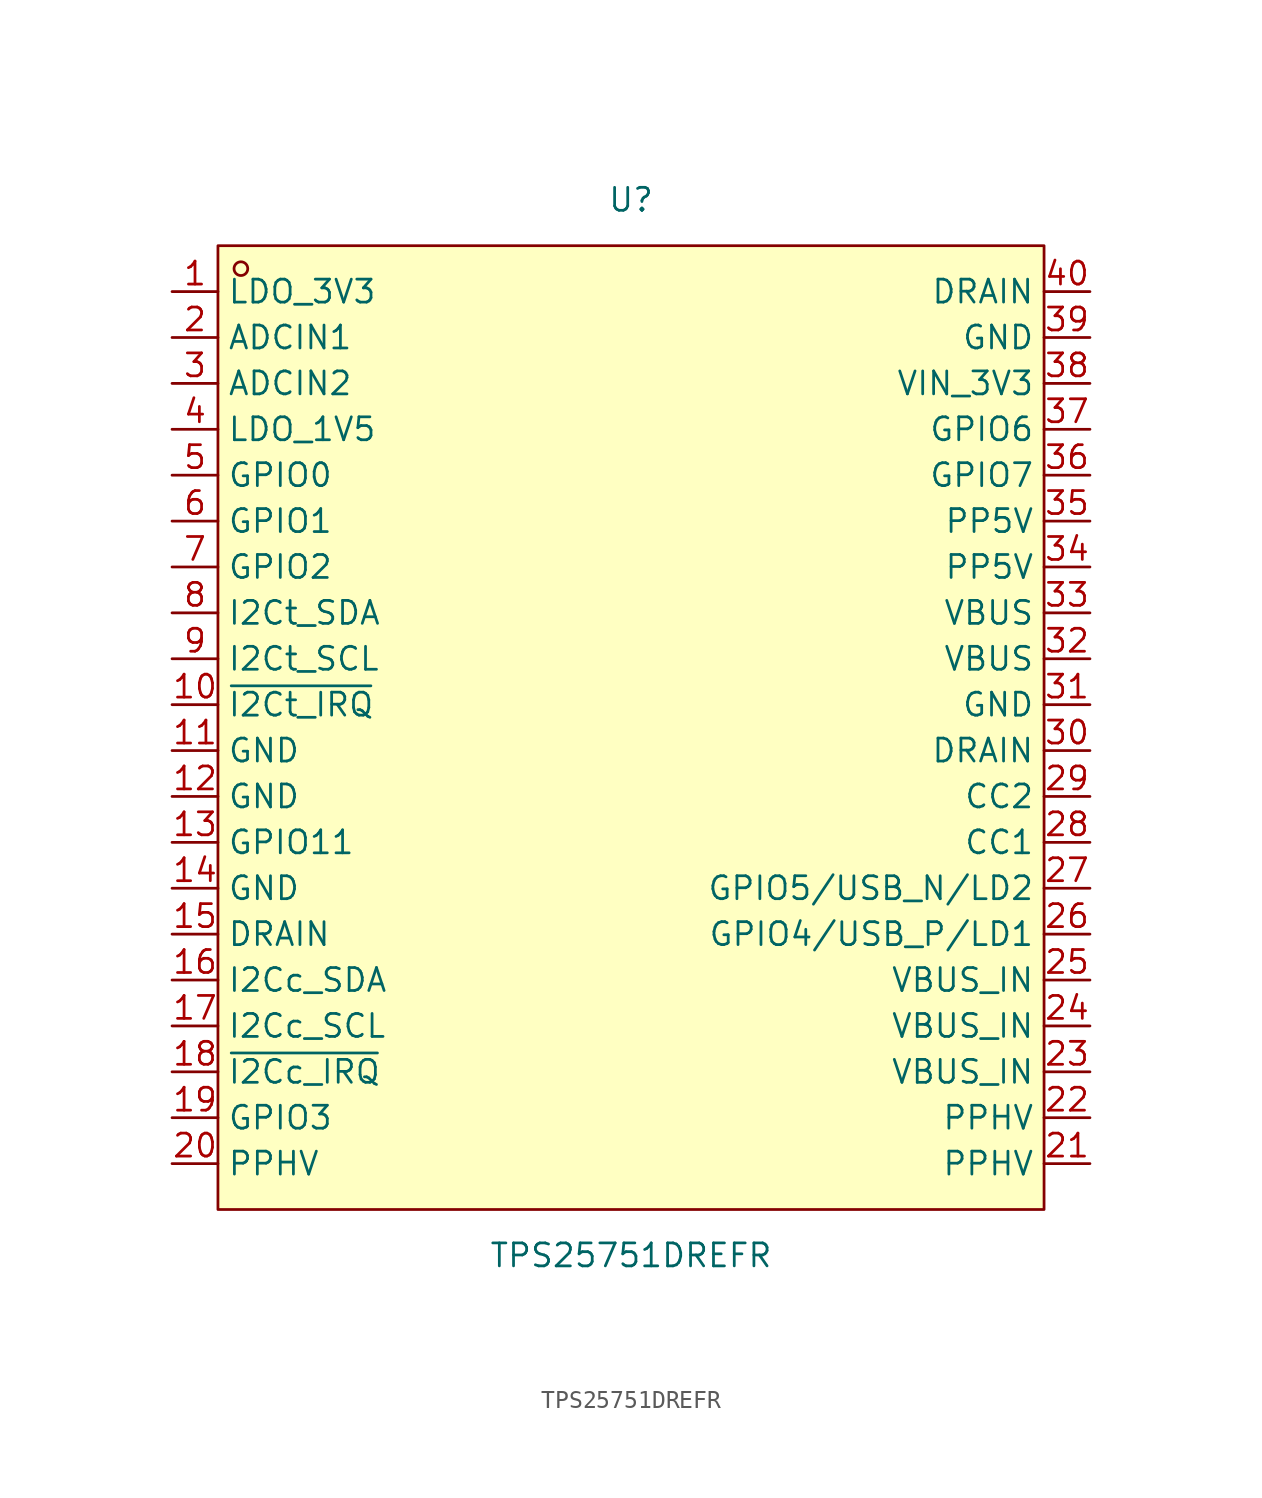
<source format=kicad_sym>
(kicad_symbol_lib
  (version 20241209)
  (generator "kicad_symbol_editor")
  (generator_version "9.0")
  (symbol "TPS25751DREFR"
    (property "Reference" "U"
      (at 0 29.21 0)
      (effects (font (size 1.27 1.27))))
    (property "Value" "TPS25751DREFR"
      (at 0 -29.21 0)
      (effects (font (size 1.27 1.27))))
    (symbol "TPS25751DREFR_0_1"
      (rectangle (start -22.86 26.67) (end 22.86 -26.67) (stroke (width 0) (type default)) (fill (type background)))
      (circle (center -21.59 25.4) (radius 0.38) (stroke (width 0) (type default)) (fill (type none)))
      (pin unspecified line (at -25.4 24.13 0) (length 2.54) (name "LDO_3V3" (effects (font (size 1.27 1.27)))) (number "1" (effects (font (size 1.27 1.27)))))
      (pin unspecified line (at -25.4 21.59 0) (length 2.54) (name "ADCIN1" (effects (font (size 1.27 1.27)))) (number "2" (effects (font (size 1.27 1.27)))))
      (pin unspecified line (at -25.4 19.05 0) (length 2.54) (name "ADCIN2" (effects (font (size 1.27 1.27)))) (number "3" (effects (font (size 1.27 1.27)))))
      (pin unspecified line (at -25.4 16.51 0) (length 2.54) (name "LDO_1V5" (effects (font (size 1.27 1.27)))) (number "4" (effects (font (size 1.27 1.27)))))
      (pin unspecified line (at -25.4 13.97 0) (length 2.54) (name "GPIO0" (effects (font (size 1.27 1.27)))) (number "5" (effects (font (size 1.27 1.27)))))
      (pin unspecified line (at -25.4 11.43 0) (length 2.54) (name "GPIO1" (effects (font (size 1.27 1.27)))) (number "6" (effects (font (size 1.27 1.27)))))
      (pin unspecified line (at -25.4 8.89 0) (length 2.54) (name "GPIO2" (effects (font (size 1.27 1.27)))) (number "7" (effects (font (size 1.27 1.27)))))
      (pin unspecified line (at -25.4 6.35 0) (length 2.54) (name "I2Ct_SDA" (effects (font (size 1.27 1.27)))) (number "8" (effects (font (size 1.27 1.27)))))
      (pin unspecified line (at -25.4 3.81 0) (length 2.54) (name "I2Ct_SCL" (effects (font (size 1.27 1.27)))) (number "9" (effects (font (size 1.27 1.27)))))
      (pin unspecified line (at -25.4 1.27 0) (length 2.54) (name "~{I2Ct_IRQ}" (effects (font (size 1.27 1.27)))) (number "10" (effects (font (size 1.27 1.27)))))
      (pin unspecified line (at -25.4 -1.27 0) (length 2.54) (name "GND" (effects (font (size 1.27 1.27)))) (number "11" (effects (font (size 1.27 1.27)))))
      (pin unspecified line (at -25.4 -3.81 0) (length 2.54) (name "GND" (effects (font (size 1.27 1.27)))) (number "12" (effects (font (size 1.27 1.27)))))
      (pin unspecified line (at -25.4 -6.35 0) (length 2.54) (name "GPIO11" (effects (font (size 1.27 1.27)))) (number "13" (effects (font (size 1.27 1.27)))))
      (pin unspecified line (at -25.4 -8.89 0) (length 2.54) (name "GND" (effects (font (size 1.27 1.27)))) (number "14" (effects (font (size 1.27 1.27)))))
      (pin unspecified line (at -25.4 -11.43 0) (length 2.54) (name "DRAIN" (effects (font (size 1.27 1.27)))) (number "15" (effects (font (size 1.27 1.27)))))
      (pin unspecified line (at -25.4 -13.97 0) (length 2.54) (name "I2Cc_SDA" (effects (font (size 1.27 1.27)))) (number "16" (effects (font (size 1.27 1.27)))))
      (pin unspecified line (at -25.4 -16.51 0) (length 2.54) (name "I2Cc_SCL" (effects (font (size 1.27 1.27)))) (number "17" (effects (font (size 1.27 1.27)))))
      (pin unspecified line (at -25.4 -19.05 0) (length 2.54) (name "~{I2Cc_IRQ}" (effects (font (size 1.27 1.27)))) (number "18" (effects (font (size 1.27 1.27)))))
      (pin unspecified line (at -25.4 -21.59 0) (length 2.54) (name "GPIO3" (effects (font (size 1.27 1.27)))) (number "19" (effects (font (size 1.27 1.27)))))
      (pin unspecified line (at 25.4 24.13 180) (length 2.54) (name "DRAIN" (effects (font (size 1.27 1.27)))) (number "40" (effects (font (size 1.27 1.27)))))
      (pin unspecified line (at 25.4 21.59 180) (length 2.54) (name "GND" (effects (font (size 1.27 1.27)))) (number "39" (effects (font (size 1.27 1.27)))))
      (pin unspecified line (at 25.4 19.05 180) (length 2.54) (name "VIN_3V3" (effects (font (size 1.27 1.27)))) (number "38" (effects (font (size 1.27 1.27)))))
      (pin unspecified line (at 25.4 16.51 180) (length 2.54) (name "GPIO6" (effects (font (size 1.27 1.27)))) (number "37" (effects (font (size 1.27 1.27)))))
      (pin unspecified line (at 25.4 13.97 180) (length 2.54) (name "GPIO7" (effects (font (size 1.27 1.27)))) (number "36" (effects (font (size 1.27 1.27)))))
      (pin unspecified line (at 25.4 8.89 180) (length 2.54) (name "PP5V" (effects (font (size 1.27 1.27)))) (number "34" (effects (font (size 1.27 1.27)))))
      (pin unspecified line (at 25.4 3.81 180) (length 2.54) (name "VBUS" (effects (font (size 1.27 1.27)))) (number "32" (effects (font (size 1.27 1.27)))))
      (pin unspecified line (at 25.4 1.27 180) (length 2.54) (name "GND" (effects (font (size 1.27 1.27)))) (number "31" (effects (font (size 1.27 1.27)))))
      (pin unspecified line (at 25.4 -1.27 180) (length 2.54) (name "DRAIN" (effects (font (size 1.27 1.27)))) (number "30" (effects (font (size 1.27 1.27)))))
      (pin unspecified line (at 25.4 -3.81 180) (length 2.54) (name "CC2" (effects (font (size 1.27 1.27)))) (number "29" (effects (font (size 1.27 1.27)))))
      (pin unspecified line (at 25.4 -6.35 180) (length 2.54) (name "CC1" (effects (font (size 1.27 1.27)))) (number "28" (effects (font (size 1.27 1.27)))))
      (pin unspecified line (at 25.4 -8.89 180) (length 2.54) (name "GPIO5/USB_N/LD2" (effects (font (size 1.27 1.27)))) (number "27" (effects (font (size 1.27 1.27)))))
      (pin unspecified line (at 25.4 -11.43 180) (length 2.54) (name "GPIO4/USB_P/LD1" (effects (font (size 1.27 1.27)))) (number "26" (effects (font (size 1.27 1.27)))))
      (pin unspecified line (at 25.4 -24.13 180) (length 2.54) (name "PPHV" (effects (font (size 1.27 1.27)))) (number "21" (effects (font (size 1.27 1.27))))))
    (symbol "TPS25751DREFR_1_1"
      (pin unspecified line (at -25.4 -24.13 0) (length 2.54) (name "PPHV" (effects (font (size 1.27 1.27)))) (number "20" (effects (font (size 1.27 1.27)))))
      (pin unspecified line (at 25.4 11.43 180) (length 2.54) (name "PP5V" (effects (font (size 1.27 1.27)))) (number "35" (effects (font (size 1.27 1.27)))))
      (pin unspecified line (at 25.4 6.35 180) (length 2.54) (name "VBUS" (effects (font (size 1.27 1.27)))) (number "33" (effects (font (size 1.27 1.27)))))
      (pin unspecified line (at 25.4 -13.97 180) (length 2.54) (name "VBUS_IN" (effects (font (size 1.27 1.27)))) (number "25" (effects (font (size 1.27 1.27)))))
      (pin unspecified line (at 25.4 -16.51 180) (length 2.54) (name "VBUS_IN" (effects (font (size 1.27 1.27)))) (number "24" (effects (font (size 1.27 1.27)))))
      (pin unspecified line (at 25.4 -19.05 180) (length 2.54) (name "VBUS_IN" (effects (font (size 1.27 1.27)))) (number "23" (effects (font (size 1.27 1.27)))))
      (pin unspecified line (at 25.4 -21.59 180) (length 2.54) (name "PPHV" (effects (font (size 1.27 1.27)))) (number "22" (effects (font (size 1.27 1.27))))))))
</source>
